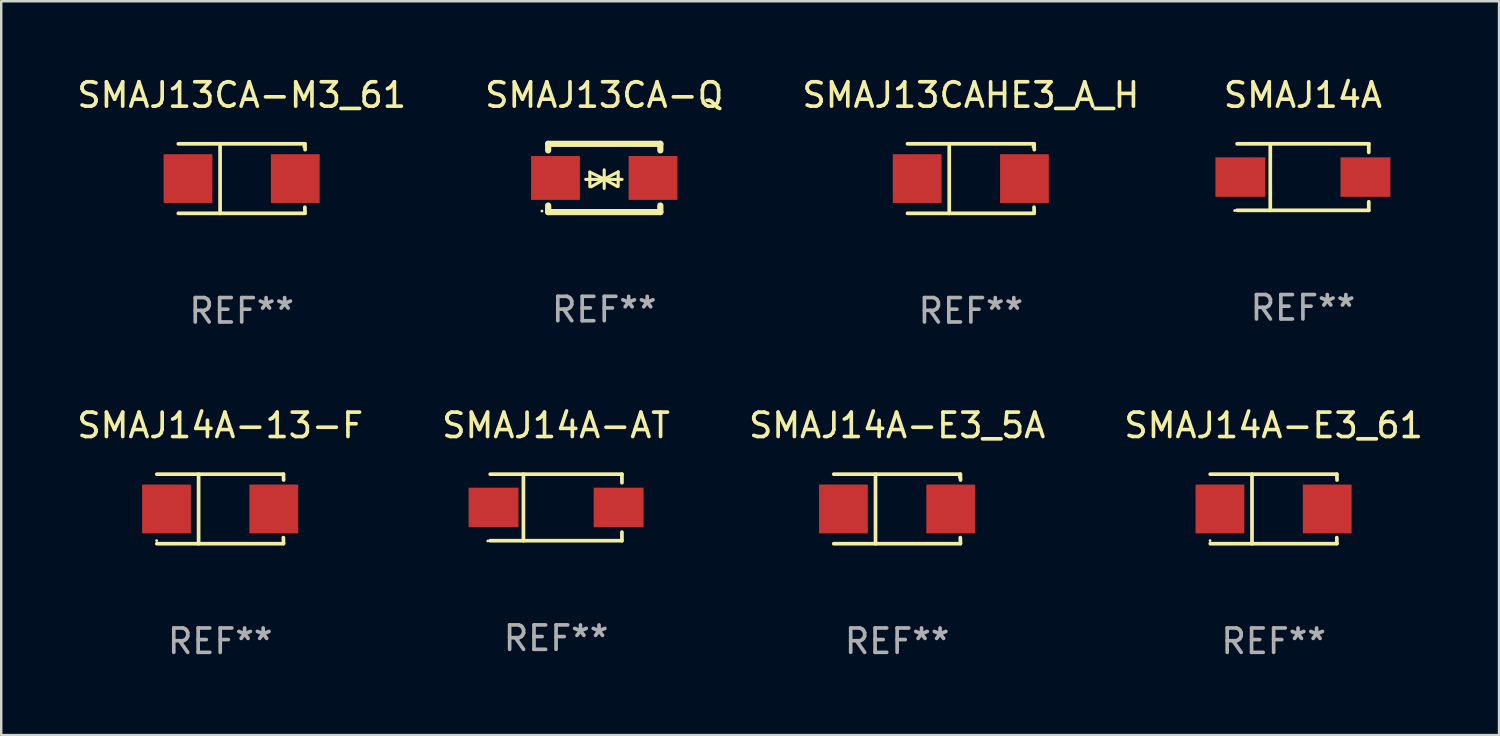
<source format=kicad_pcb>
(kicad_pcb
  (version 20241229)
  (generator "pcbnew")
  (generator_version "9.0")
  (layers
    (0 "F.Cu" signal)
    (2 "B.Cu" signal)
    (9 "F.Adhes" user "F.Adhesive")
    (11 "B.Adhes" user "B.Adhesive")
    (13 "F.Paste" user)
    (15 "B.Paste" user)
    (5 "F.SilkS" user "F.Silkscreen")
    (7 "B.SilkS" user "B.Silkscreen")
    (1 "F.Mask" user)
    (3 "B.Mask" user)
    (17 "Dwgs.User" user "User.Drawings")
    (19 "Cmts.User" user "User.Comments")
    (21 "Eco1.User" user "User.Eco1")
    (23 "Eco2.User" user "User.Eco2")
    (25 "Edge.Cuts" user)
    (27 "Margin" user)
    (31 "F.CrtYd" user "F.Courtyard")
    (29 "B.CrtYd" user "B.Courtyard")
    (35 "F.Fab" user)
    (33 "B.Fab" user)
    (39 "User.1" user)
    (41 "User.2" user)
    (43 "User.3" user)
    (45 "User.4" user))
  (footprint "SMAJ13CA-Q"
    (layer "F.Cu")
    (at 21.732 4.248)
    (property "Reference" "SMAJ13CA-Q" (at 0 -3.4 0) (layer "F.SilkS") (effects (font (size 1 1) (thickness 0.15))))
    (attr through_hole)
    (fp_line (start -2.3 -1.4) (end -2.3 -1.131) (stroke (width 0.254) (type solid)) (layer "F.SilkS"))
    (fp_line (start -2.3 -1.4) (end 2.3 -1.4) (stroke (width 0.254) (type solid)) (layer "F.SilkS"))
    (fp_line (start -2.3 1.131) (end -2.3 1.4) (stroke (width 0.254) (type solid)) (layer "F.SilkS"))
    (fp_line (start -2.3 1.4) (end 2.3 1.4) (stroke (width 0.254) (type solid)) (layer "F.SilkS"))
    (fp_line (start -0.76 0.06) (end 0.73 0.06) (stroke (width 0.127) (type solid)) (layer "F.SilkS"))
    (fp_line (start -0.59 -0.24) (end -0.59 0.36) (stroke (width 0.127) (type solid)) (layer "F.SilkS"))
    (fp_line (start -0.59 -0.24) (end -0.002 0.049) (stroke (width 0.127) (type solid)) (layer "F.SilkS"))
    (fp_line (start -0.53 0.36) (end -0.002 0.049) (stroke (width 0.127) (type solid)) (layer "F.SilkS"))
    (fp_line (start -0.002 0.049) (end -0.002 -0.332) (stroke (width 0.127) (type solid)) (layer "F.SilkS"))
    (fp_line (start -0.002 0.049) (end -0.002 0.43) (stroke (width 0.127) (type solid)) (layer "F.SilkS"))
    (fp_line (start 0.54 0.35) (end -0.002 0.049) (stroke (width 0.127) (type solid)) (layer "F.SilkS"))
    (fp_line (start 0.57 -0.25) (end -0.002 0.049) (stroke (width 0.127) (type solid)) (layer "F.SilkS"))
    (fp_line (start 0.57 -0.25) (end 0.57 0.35) (stroke (width 0.127) (type solid)) (layer "F.SilkS"))
    (fp_line (start 2.3 -1.4) (end 2.3 -1.131) (stroke (width 0.254) (type solid)) (layer "F.SilkS"))
    (fp_line (start 2.3 1.131) (end 2.3 1.4) (stroke (width 0.254) (type solid)) (layer "F.SilkS"))
    (fp_circle (center -2.555 1.358) (end -2.525 1.358) (stroke (width 0.06) (type solid)) (fill no) (layer "F.SilkS"))
    (fp_text user "REF**" (at 0 5.4 0) (layer "F.Fab") (effects (font (size 1 1) (thickness 0.15))))
    (pad "1" smd rect (at -2 -0.000025) (size 2 1.8) (layers "F.Cu" "F.Mask" "F.Paste"))
    (pad "2" smd rect (at 2 -0.000025) (size 2 1.8) (layers "F.Cu" "F.Mask" "F.Paste")))
  (footprint "SMAJ14A-E3_61"
    (layer "F.Cu")
    (at 49.185 17.823)
    (property "Reference" "SMAJ14A-E3_61" (at 0 -3.426 0) (layer "F.SilkS") (effects (font (size 1 1) (thickness 0.15))))
    (attr through_hole)
    (fp_line (start -2.6 -1.426) (end 2.593 -1.426) (stroke (width 0.152) (type solid)) (layer "F.SilkS"))
    (fp_line (start -2.6 1.426) (end 2.593 1.426) (stroke (width 0.152) (type solid)) (layer "F.SilkS"))
    (fp_line (start -0.887 -1.426) (end -0.887 1.426) (stroke (width 0.152) (type solid)) (layer "F.SilkS"))
    (fp_line (start 2.59 1.176) (end 2.597 1.415) (stroke (width 0.152) (type solid)) (layer "F.SilkS"))
    (fp_line (start 2.593 -1.426) (end 2.6 -1.187) (stroke (width 0.152) (type solid)) (layer "F.SilkS"))
    (fp_circle (center -2.608 1.3) (end -2.578 1.3) (stroke (width 0.06) (type solid)) (fill no) (layer "F.SilkS"))
    (fp_text user "REF**" (at 0 5.426 0) (layer "F.Fab") (effects (font (size 1 1) (thickness 0.15))))
    (pad "1" smd rect (at -2.203 0 180) (size 2 2) (layers "F.Cu" "F.Mask" "F.Paste"))
    (pad "2" smd rect (at 2.197 0 180) (size 2 2) (layers "F.Cu" "F.Mask" "F.Paste")))
  (footprint "SMAJ14A-E3_5A"
    (layer "F.Cu")
    (at 33.744 17.823)
    (property "Reference" "SMAJ14A-E3_5A" (at 0 -3.426 0) (layer "F.SilkS") (effects (font (size 1 1) (thickness 0.15))))
    (attr through_hole)
    (fp_line (start -2.6 -1.426) (end 2.593 -1.426) (stroke (width 0.152) (type solid)) (layer "F.SilkS"))
    (fp_line (start -2.6 1.426) (end 2.593 1.426) (stroke (width 0.152) (type solid)) (layer "F.SilkS"))
    (fp_line (start -0.887 -1.426) (end -0.887 1.426) (stroke (width 0.152) (type solid)) (layer "F.SilkS"))
    (fp_line (start 2.59 1.176) (end 2.597 1.415) (stroke (width 0.152) (type solid)) (layer "F.SilkS"))
    (fp_line (start 2.593 -1.426) (end 2.6 -1.187) (stroke (width 0.152) (type solid)) (layer "F.SilkS"))
    (fp_circle (center 2.547 -1.3) (end 2.577 -1.3) (stroke (width 0.06) (type solid)) (fill no) (layer "F.SilkS"))
    (fp_text user "REF**" (at 0 5.426 0) (layer "F.Fab") (effects (font (size 1 1) (thickness 0.15))))
    (pad "1" smd rect (at 2.197 -0.000025 180) (size 2 2) (layers "F.Cu" "F.Mask" "F.Paste"))
    (pad "2" smd rect (at -2.203 -0.000025 180) (size 2 2) (layers "F.Cu" "F.Mask" "F.Paste")))
  (footprint "SMAJ14A-AT"
    (layer "F.Cu")
    (at 19.756 17.761)
    (property "Reference" "SMAJ14A-AT" (at 0 -3.364 0) (layer "F.SilkS") (effects (font (size 1 1) (thickness 0.15))))
    (attr through_hole)
    (fp_line (start -2.701 -1.364) (end 2.701 -1.364) (stroke (width 0.152) (type solid)) (layer "F.SilkS"))
    (fp_line (start -2.701 1.364) (end 2.701 1.364) (stroke (width 0.152) (type solid)) (layer "F.SilkS"))
    (fp_line (start -1.339 -1.364) (end -1.339 1.364) (stroke (width 0.152) (type solid)) (layer "F.SilkS"))
    (fp_line (start 2.701 -1.364) (end 2.701 -1.013) (stroke (width 0.152) (type solid)) (layer "F.SilkS"))
    (fp_line (start 2.701 1.364) (end 2.701 1.013) (stroke (width 0.152) (type solid)) (layer "F.SilkS"))
    (fp_circle (center -2.8 1.375) (end -2.77 1.375) (stroke (width 0.06) (type solid)) (fill no) (layer "F.SilkS"))
    (fp_text user "REF**" (at 0 5.364 0) (layer "F.Fab") (effects (font (size 1 1) (thickness 0.15))))
    (pad "1" smd rect (at -2.565 -0.000025) (size 2.046 1.62) (layers "F.Cu" "F.Mask" "F.Paste"))
    (pad "2" smd rect (at 2.565 -0.000025) (size 2.046 1.62) (layers "F.Cu" "F.Mask" "F.Paste")))
  (footprint "SMAJ14A"
    (layer "F.Cu")
    (at 50.386 4.212)
    (property "Reference" "SMAJ14A" (at 0 -3.364 0) (layer "F.SilkS") (effects (font (size 1 1) (thickness 0.15))))
    (attr through_hole)
    (fp_line (start -2.701 -1.364) (end 2.701 -1.364) (stroke (width 0.152) (type solid)) (layer "F.SilkS"))
    (fp_line (start -2.701 1.364) (end 2.701 1.364) (stroke (width 0.152) (type solid)) (layer "F.SilkS"))
    (fp_line (start -1.339 -1.364) (end -1.339 1.364) (stroke (width 0.152) (type solid)) (layer "F.SilkS"))
    (fp_line (start 2.701 -1.364) (end 2.701 -1.013) (stroke (width 0.152) (type solid)) (layer "F.SilkS"))
    (fp_line (start 2.701 1.364) (end 2.701 1.013) (stroke (width 0.152) (type solid)) (layer "F.SilkS"))
    (fp_circle (center -2.8 1.375) (end -2.77 1.375) (stroke (width 0.06) (type solid)) (fill no) (layer "F.SilkS"))
    (fp_text user "REF**" (at 0 5.364 0) (layer "F.Fab") (effects (font (size 1 1) (thickness 0.15))))
    (pad "1" smd rect (at -2.565 -0.000025) (size 2.046 1.62) (layers "F.Cu" "F.Mask" "F.Paste"))
    (pad "2" smd rect (at 2.565 -0.000025) (size 2.046 1.62) (layers "F.Cu" "F.Mask" "F.Paste")))
  (footprint "SMAJ14A-13-F"
    (layer "F.Cu")
    (at 5.982 17.823)
    (property "Reference" "SMAJ14A-13-F" (at 0 -3.426 0) (layer "F.SilkS") (effects (font (size 1 1) (thickness 0.15))))
    (attr through_hole)
    (fp_line (start -2.6 -1.426) (end 2.593 -1.426) (stroke (width 0.152) (type solid)) (layer "F.SilkS"))
    (fp_line (start -2.6 1.426) (end 2.593 1.426) (stroke (width 0.152) (type solid)) (layer "F.SilkS"))
    (fp_line (start -0.887 -1.426) (end -0.887 1.426) (stroke (width 0.152) (type solid)) (layer "F.SilkS"))
    (fp_line (start 2.59 1.176) (end 2.597 1.415) (stroke (width 0.152) (type solid)) (layer "F.SilkS"))
    (fp_line (start 2.593 -1.426) (end 2.6 -1.187) (stroke (width 0.152) (type solid)) (layer "F.SilkS"))
    (fp_circle (center -2.608 1.3) (end -2.578 1.3) (stroke (width 0.06) (type solid)) (fill no) (layer "F.SilkS"))
    (fp_text user "REF**" (at 0 5.426 0) (layer "F.Fab") (effects (font (size 1 1) (thickness 0.15))))
    (pad "1" smd rect (at -2.203 0 180) (size 2 2) (layers "F.Cu" "F.Mask" "F.Paste"))
    (pad "2" smd rect (at 2.197 0 180) (size 2 2) (layers "F.Cu" "F.Mask" "F.Paste")))
  (footprint "SMAJ13CA-M3_61"
    (layer "F.Cu")
    (at 6.863 4.274)
    (property "Reference" "SMAJ13CA-M3_61" (at 0 -3.426 0) (layer "F.SilkS") (effects (font (size 1 1) (thickness 0.15))))
    (attr through_hole)
    (fp_line (start -2.6 -1.426) (end 2.593 -1.426) (stroke (width 0.152) (type solid)) (layer "F.SilkS"))
    (fp_line (start -2.6 1.426) (end 2.593 1.426) (stroke (width 0.152) (type solid)) (layer "F.SilkS"))
    (fp_line (start -0.887 -1.426) (end -0.887 1.426) (stroke (width 0.152) (type solid)) (layer "F.SilkS"))
    (fp_line (start 2.59 1.176) (end 2.597 1.415) (stroke (width 0.152) (type solid)) (layer "F.SilkS"))
    (fp_line (start 2.593 -1.426) (end 2.6 -1.187) (stroke (width 0.152) (type solid)) (layer "F.SilkS"))
    (fp_circle (center 2.547 -1.3) (end 2.577 -1.3) (stroke (width 0.06) (type solid)) (fill no) (layer "F.SilkS"))
    (fp_text user "REF**" (at 0 5.426 0) (layer "F.Fab") (effects (font (size 1 1) (thickness 0.15))))
    (pad "1" smd rect (at 2.197 -0.000025 180) (size 2 2) (layers "F.Cu" "F.Mask" "F.Paste"))
    (pad "2" smd rect (at -2.203 -0.000025 180) (size 2 2) (layers "F.Cu" "F.Mask" "F.Paste")))
  (footprint "SMAJ13CAHE3_A_H"
    (layer "F.Cu")
    (at 36.768 4.274)
    (property "Reference" "SMAJ13CAHE3_A_H" (at 0 -3.426 0) (layer "F.SilkS") (effects (font (size 1 1) (thickness 0.15))))
    (attr through_hole)
    (fp_line (start -2.6 -1.426) (end 2.593 -1.426) (stroke (width 0.152) (type solid)) (layer "F.SilkS"))
    (fp_line (start -2.6 1.426) (end 2.593 1.426) (stroke (width 0.152) (type solid)) (layer "F.SilkS"))
    (fp_line (start -0.887 -1.426) (end -0.887 1.426) (stroke (width 0.152) (type solid)) (layer "F.SilkS"))
    (fp_line (start 2.59 1.176) (end 2.597 1.415) (stroke (width 0.152) (type solid)) (layer "F.SilkS"))
    (fp_line (start 2.593 -1.426) (end 2.6 -1.187) (stroke (width 0.152) (type solid)) (layer "F.SilkS"))
    (fp_circle (center 2.547 -1.3) (end 2.577 -1.3) (stroke (width 0.06) (type solid)) (fill no) (layer "F.SilkS"))
    (fp_text user "REF**" (at 0 5.426 0) (layer "F.Fab") (effects (font (size 1 1) (thickness 0.15))))
    (pad "1" smd rect (at 2.197 -0.000025 180) (size 2 2) (layers "F.Cu" "F.Mask" "F.Paste"))
    (pad "2" smd rect (at -2.203 -0.000025 180) (size 2 2) (layers "F.Cu" "F.Mask" "F.Paste")))
  (gr_rect
    (start -3 -3)
    (end 58.429 27.098)
    (stroke (width 0.1) (type default))
    (fill no)
    (layer "Edge.Cuts")))
</source>
